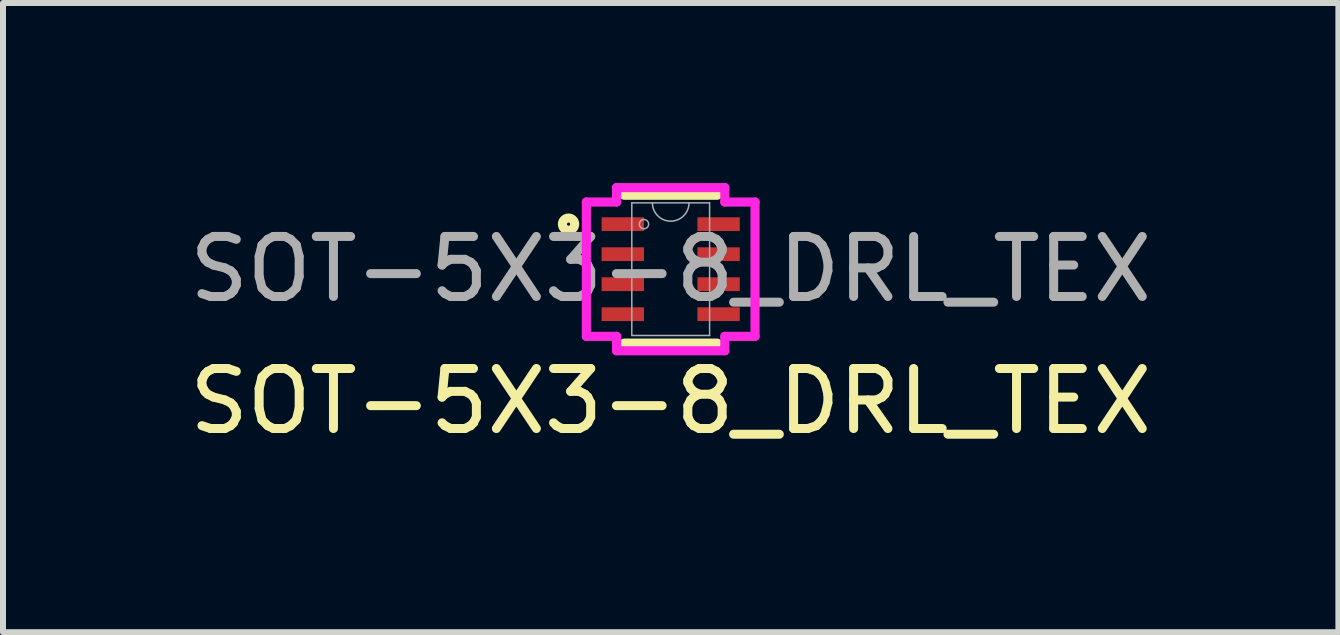
<source format=kicad_pcb>
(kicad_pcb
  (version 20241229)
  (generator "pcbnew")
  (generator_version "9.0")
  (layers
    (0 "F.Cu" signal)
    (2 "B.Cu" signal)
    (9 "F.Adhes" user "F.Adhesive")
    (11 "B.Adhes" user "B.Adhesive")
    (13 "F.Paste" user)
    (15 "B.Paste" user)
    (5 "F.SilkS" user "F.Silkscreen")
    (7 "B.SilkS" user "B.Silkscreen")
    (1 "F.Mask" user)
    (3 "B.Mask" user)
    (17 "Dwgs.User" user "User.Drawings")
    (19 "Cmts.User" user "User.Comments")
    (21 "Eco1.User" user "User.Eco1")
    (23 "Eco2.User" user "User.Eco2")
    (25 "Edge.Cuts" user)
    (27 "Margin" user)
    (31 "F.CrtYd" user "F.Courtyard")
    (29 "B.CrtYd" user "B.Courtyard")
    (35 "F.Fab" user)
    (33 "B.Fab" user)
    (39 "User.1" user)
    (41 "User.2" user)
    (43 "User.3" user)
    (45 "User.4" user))
  (footprint "SOT-5X3-8_DRL_TEX"
    (layer "F.Cu")
    (at 8.125 1.435)
    (property "Reference" "SOT-5X3-8_DRL_TEX" (at 0 2.2 0) (unlocked yes) (layer "F.SilkS") (effects (font (size 1 1) (thickness 0.15))))
    (attr smd)
    (fp_line (start -0.775 1.232) (end 0.775 1.232) (stroke (width 0.152) (type solid)) (layer "F.SilkS"))
    (fp_line (start 0.775 -1.232) (end -0.775 -1.232) (stroke (width 0.152) (type solid)) (layer "F.SilkS"))
    (fp_circle (center -1.702 -0.75) (end -1.6 -0.75) (stroke (width 0.152) (type solid)) (fill no) (layer "F.SilkS"))
    (fp_line (start -1.405 -1.119) (end -0.902 -1.119) (stroke (width 0.152) (type solid)) (layer "F.CrtYd"))
    (fp_line (start -1.405 1.119) (end -1.405 -1.119) (stroke (width 0.152) (type solid)) (layer "F.CrtYd"))
    (fp_line (start -1.405 1.119) (end -0.902 1.119) (stroke (width 0.152) (type solid)) (layer "F.CrtYd"))
    (fp_line (start -0.902 -1.359) (end 0.902 -1.359) (stroke (width 0.152) (type solid)) (layer "F.CrtYd"))
    (fp_line (start -0.902 -1.119) (end -0.902 -1.359) (stroke (width 0.152) (type solid)) (layer "F.CrtYd"))
    (fp_line (start -0.902 1.359) (end -0.902 1.119) (stroke (width 0.152) (type solid)) (layer "F.CrtYd"))
    (fp_line (start 0.902 -1.359) (end 0.902 -1.119) (stroke (width 0.152) (type solid)) (layer "F.CrtYd"))
    (fp_line (start 0.902 1.119) (end 0.902 1.359) (stroke (width 0.152) (type solid)) (layer "F.CrtYd"))
    (fp_line (start 0.902 1.359) (end -0.902 1.359) (stroke (width 0.152) (type solid)) (layer "F.CrtYd"))
    (fp_line (start 1.405 -1.119) (end 0.902 -1.119) (stroke (width 0.152) (type solid)) (layer "F.CrtYd"))
    (fp_line (start 1.405 -1.119) (end 1.405 1.119) (stroke (width 0.152) (type solid)) (layer "F.CrtYd"))
    (fp_line (start 1.405 1.119) (end 0.902 1.119) (stroke (width 0.152) (type solid)) (layer "F.CrtYd"))
    (fp_line (start -0.648 -1.105) (end -0.648 1.105) (stroke (width 0.025) (type solid)) (layer "F.Fab"))
    (fp_line (start -0.648 1.105) (end 0.648 1.105) (stroke (width 0.025) (type solid)) (layer "F.Fab"))
    (fp_line (start 0.648 -1.105) (end -0.648 -1.105) (stroke (width 0.025) (type solid)) (layer "F.Fab"))
    (fp_line (start 0.648 1.105) (end 0.648 -1.105) (stroke (width 0.025) (type solid)) (layer "F.Fab"))
    (fp_arc (start 0.3048 -1.1049) (mid 0 -0.8001) (end -0.3048 -1.1049) (stroke (width 0.0254) (type solid)) (layer "F.Fab"))
    (fp_circle (center -0.445 -0.75) (end -0.368 -0.75) (stroke (width 0.025) (type solid)) (fill no) (layer "F.Fab"))
    (fp_text user "${REFERENCE}" (at 0 0 0) (unlocked yes) (layer "F.Fab") (effects (font (size 1 1) (thickness 0.15))))
    (pad "1" smd rect (at -0.798 -0.75) (size 0.706 0.229) (layers "F.Cu" "F.Mask" "F.Paste"))
    (pad "2" smd rect (at -0.798 -0.25) (size 0.706 0.229) (layers "F.Cu" "F.Mask" "F.Paste"))
    (pad "3" smd rect (at -0.798 0.25) (size 0.706 0.229) (layers "F.Cu" "F.Mask" "F.Paste"))
    (pad "4" smd rect (at -0.798 0.75) (size 0.706 0.229) (layers "F.Cu" "F.Mask" "F.Paste"))
    (pad "5" smd rect (at 0.798 0.75) (size 0.706 0.229) (layers "F.Cu" "F.Mask" "F.Paste"))
    (pad "6" smd rect (at 0.798 0.25) (size 0.706 0.229) (layers "F.Cu" "F.Mask" "F.Paste"))
    (pad "7" smd rect (at 0.798 -0.25) (size 0.706 0.229) (layers "F.Cu" "F.Mask" "F.Paste"))
    (pad "8" smd rect (at 0.798 -0.75) (size 0.706 0.229) (layers "F.Cu" "F.Mask" "F.Paste")))
  (gr_rect
    (start -3 -3)
    (end 19.25 7.483)
    (stroke (width 0.1) (type default))
    (fill no)
    (layer "Edge.Cuts")))
</source>
